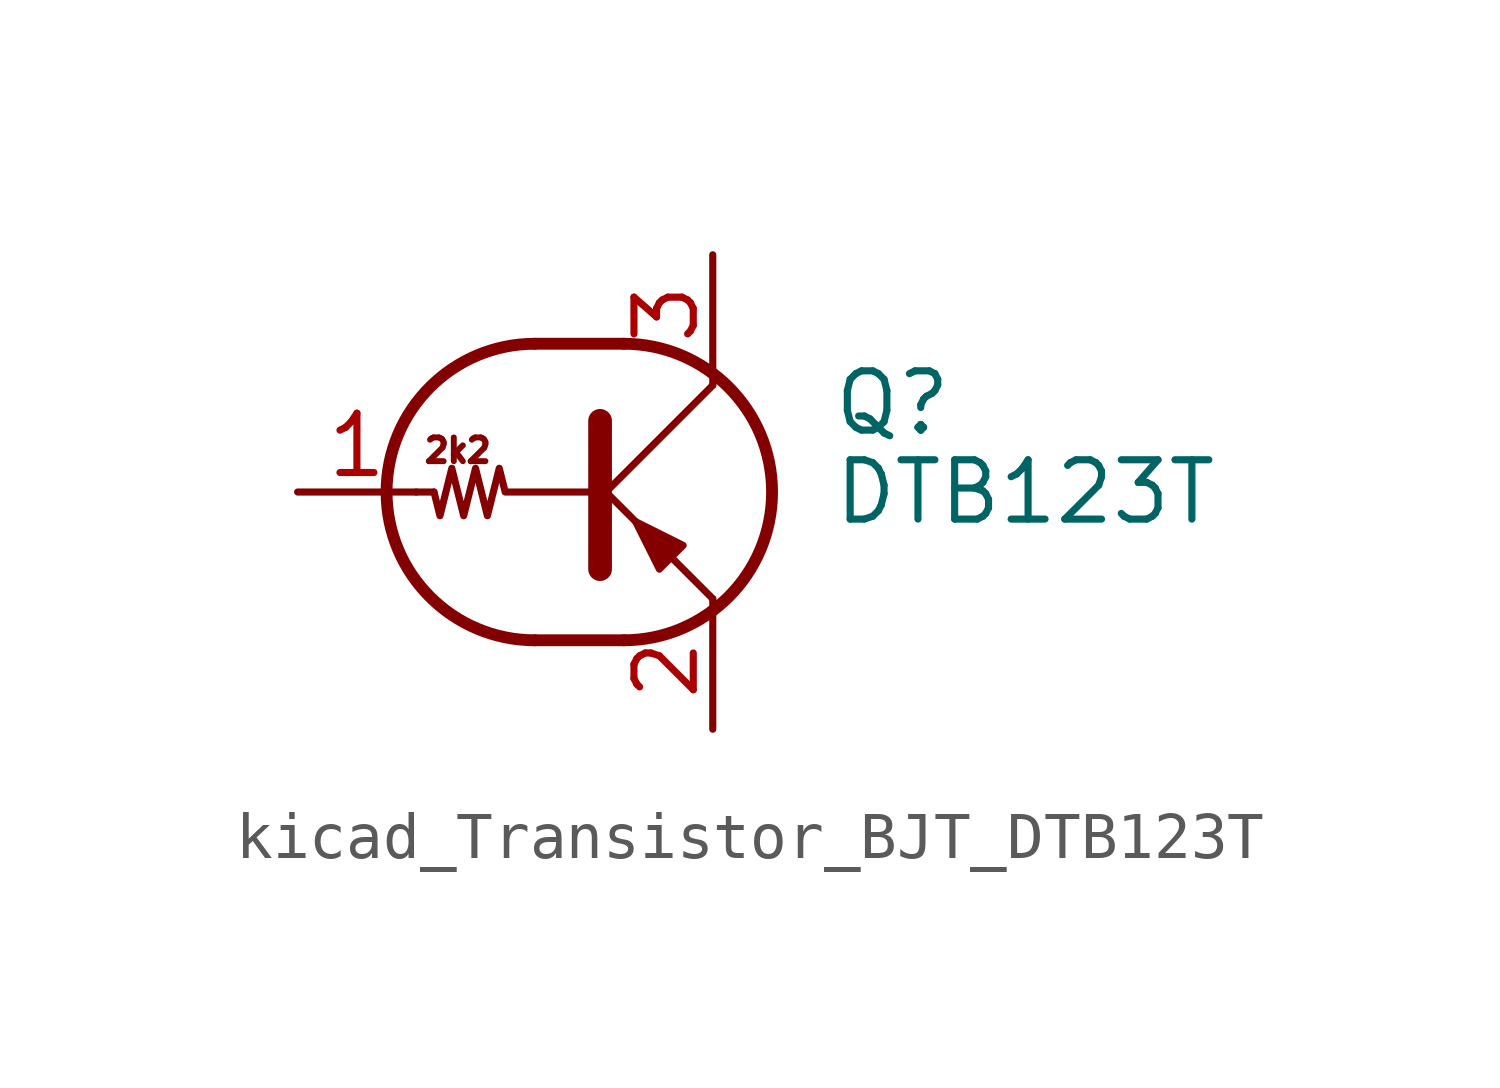
<source format=kicad_sym>
(kicad_symbol_lib
  (version 20220914)
  (generator kicad_symbol_editor)
  (symbol "kicad_Transistor_BJT_DTB123T"
    (pin_names
      (offset 0) hide)
    (property "Reference" "Q"
      (at 5.08 1.905 0)
      (effects (font (size 1.27 1.27)) (justify left)))
    (property "Value" "DTB123T"
      (at 5.08 0 0)
      (effects (font (size 1.27 1.27)) (justify left)))
    (symbol "kicad_Transistor_BJT_DTB123T_0_0"
      (polyline (pts (xy 2.54 -2.286) (xy 2.54 -2.54)) (stroke (width 0) (type default)) (fill (type none)))
      (text "2k2" (at -2.921 0.889 0) (effects (font (size 0.508 0.508)))))
    (symbol "kicad_Transistor_BJT_DTB123T_0_1"
      (arc (start -1.27 3.175) (mid -4.4312 0) (end -1.27 -3.175) (stroke (width 0.254) (type default)) (fill (type none)))
      (polyline (pts (xy -3.429 0) (xy -3.81 0)) (stroke (width 0) (type default)) (fill (type none)))
      (polyline (pts (xy -1.27 -3.175) (xy 0.635 -3.175)) (stroke (width 0.254) (type default)) (fill (type none)))
      (polyline (pts (xy -1.27 3.175) (xy 0.635 3.175)) (stroke (width 0.254) (type default)) (fill (type none)))
      (polyline (pts (xy 0 -0.254) (xy 2.54 2.286)) (stroke (width 0) (type default)) (fill (type none)))
      (polyline (pts (xy 0.127 1.524) (xy 0.127 -1.651)) (stroke (width 0.508) (type default)) (fill (type outline)))
      (polyline (pts (xy 2.54 2.286) (xy 2.54 2.54)) (stroke (width 0) (type default)) (fill (type none)))
      (polyline (pts (xy 2.54 -2.286) (xy 0 0.254) (xy 0 0.254)) (stroke (width 0) (type default)) (fill (type none)))
      (polyline (pts (xy 1.397 -1.651) (xy 1.905 -1.143) (xy 0.889 -0.635) (xy 1.397 -1.651)) (stroke (width 0) (type default)) (fill (type outline)))
      (polyline (pts (xy 0 0) (xy -1.905 0) (xy -2.032 0.508) (xy -2.286 -0.508) (xy -2.54 0.508) (xy -2.794 -0.508) (xy -3.048 0.508) (xy -3.302 -0.508) (xy -3.429 0)) (stroke (width 0) (type default)) (fill (type none)))
      (arc (start 0.635 -3.175) (mid 3.7962 0) (end 0.635 3.175) (stroke (width 0.254) (type default)) (fill (type none))))
    (symbol "kicad_Transistor_BJT_DTB123T_1_1"
      (pin input line (at -6.35 0 0) (length 2.54) (name "B" (effects (font (size 1.27 1.27)))) (number "1" (effects (font (size 1.27 1.27)))))
      (pin passive line (at 2.54 -5.08 90) (length 2.54) (name "E" (effects (font (size 1.27 1.27)))) (number "2" (effects (font (size 1.27 1.27)))))
      (pin passive line (at 2.54 5.08 270) (length 2.54) (name "C" (effects (font (size 1.27 1.27)))) (number "3" (effects (font (size 1.27 1.27))))))))
</source>
